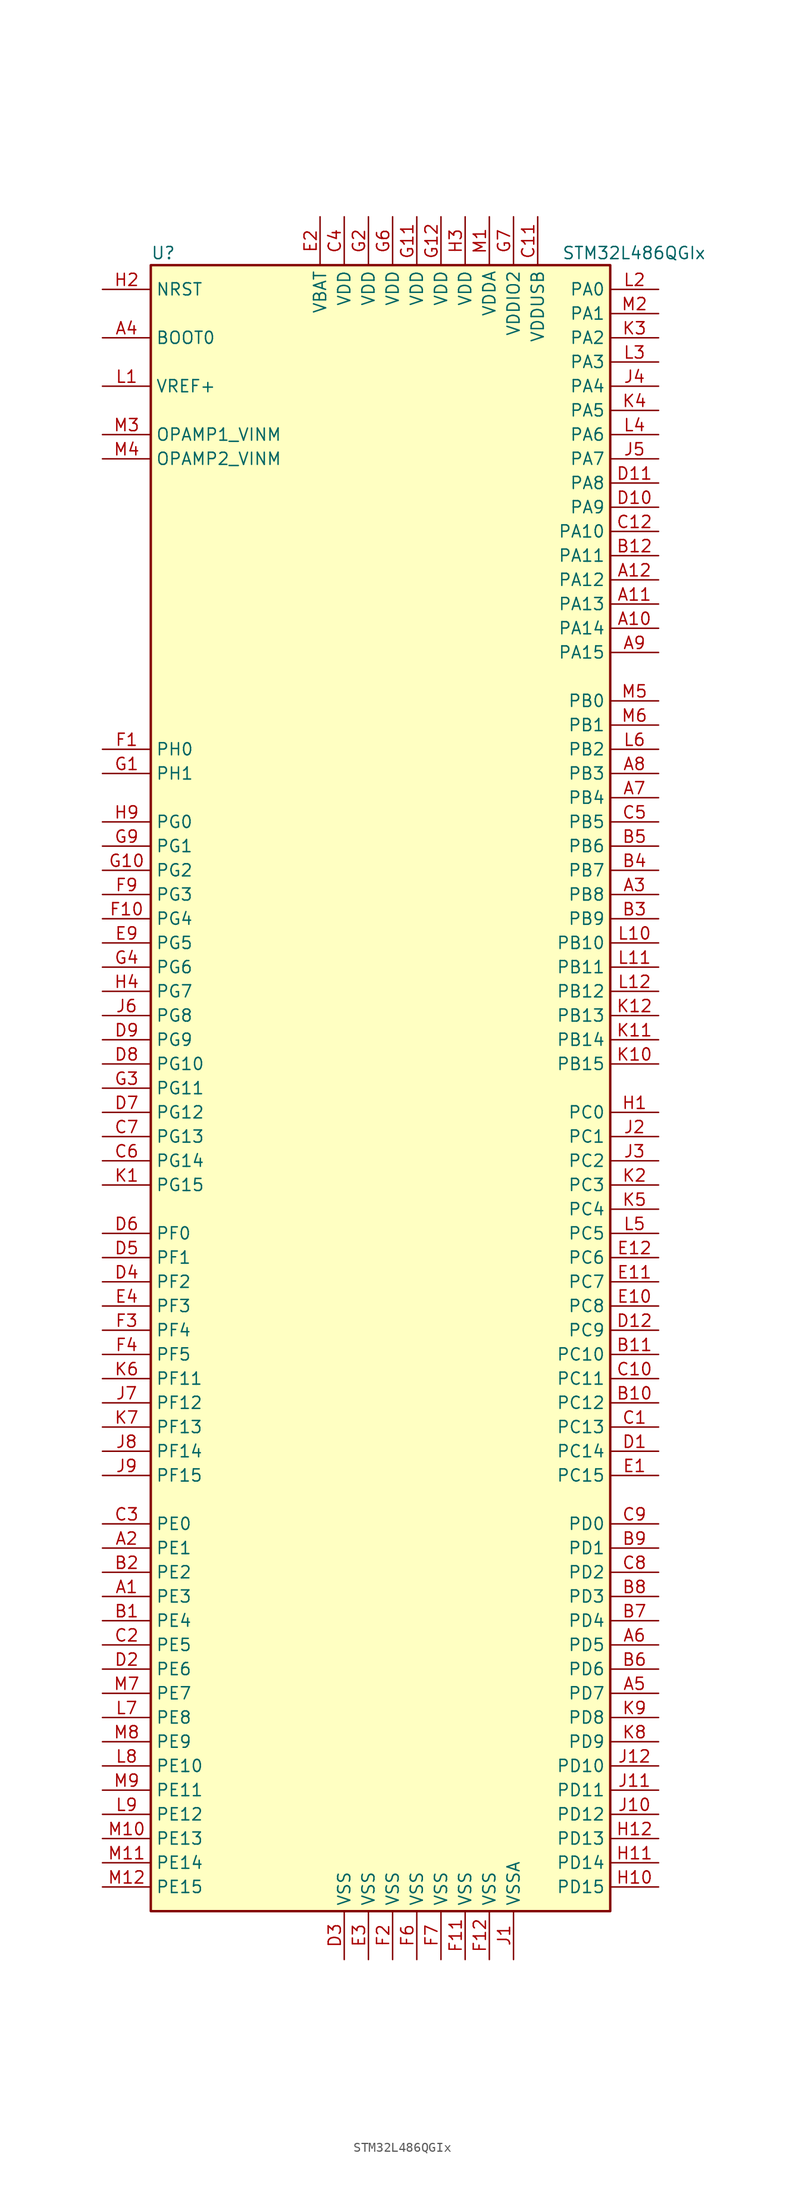
<source format=kicad_sym>
(kicad_symbol_lib
  (version 20201005)
  (generator kicad_symbol_editor)
  (symbol "MCU_ST_STM32L4:STM32L486QGIx"
    (property "Reference" "U"
      (at -25.4 87.63 0)
      (effects (font (size 1.27 1.27)) (justify left)))
    (property "Value" "STM32L486QGIx"
      (at 17.78 87.63 0)
      (effects (font (size 1.27 1.27)) (justify left)))
    (symbol "STM32L486QGIx_0_1"
      (rectangle (start -25.4 -86.36) (end 22.86 86.36) (stroke (width 0.254)) (fill (type background))))
    (symbol "STM32L486QGIx_1_1"
      (pin bidirectional line (at -30.48 -53.34 0) (length 5.08) (name "PE3" (effects (font (size 1.27 1.27)))) (number "A1" (effects (font (size 1.27 1.27)))))
      (pin bidirectional line (at 27.94 48.26 180) (length 5.08) (name "PA14" (effects (font (size 1.27 1.27)))) (number "A10" (effects (font (size 1.27 1.27)))))
      (pin bidirectional line (at 27.94 50.8 180) (length 5.08) (name "PA13" (effects (font (size 1.27 1.27)))) (number "A11" (effects (font (size 1.27 1.27)))))
      (pin bidirectional line (at 27.94 53.34 180) (length 5.08) (name "PA12" (effects (font (size 1.27 1.27)))) (number "A12" (effects (font (size 1.27 1.27)))))
      (pin bidirectional line (at -30.48 -48.26 0) (length 5.08) (name "PE1" (effects (font (size 1.27 1.27)))) (number "A2" (effects (font (size 1.27 1.27)))))
      (pin bidirectional line (at 27.94 20.32 180) (length 5.08) (name "PB8" (effects (font (size 1.27 1.27)))) (number "A3" (effects (font (size 1.27 1.27)))))
      (pin input line (at -30.48 78.74 0) (length 5.08) (name "BOOT0" (effects (font (size 1.27 1.27)))) (number "A4" (effects (font (size 1.27 1.27)))))
      (pin bidirectional line (at 27.94 -63.5 180) (length 5.08) (name "PD7" (effects (font (size 1.27 1.27)))) (number "A5" (effects (font (size 1.27 1.27)))))
      (pin bidirectional line (at 27.94 -58.42 180) (length 5.08) (name "PD5" (effects (font (size 1.27 1.27)))) (number "A6" (effects (font (size 1.27 1.27)))))
      (pin bidirectional line (at 27.94 30.48 180) (length 5.08) (name "PB4" (effects (font (size 1.27 1.27)))) (number "A7" (effects (font (size 1.27 1.27)))))
      (pin bidirectional line (at 27.94 33.02 180) (length 5.08) (name "PB3" (effects (font (size 1.27 1.27)))) (number "A8" (effects (font (size 1.27 1.27)))))
      (pin bidirectional line (at 27.94 45.72 180) (length 5.08) (name "PA15" (effects (font (size 1.27 1.27)))) (number "A9" (effects (font (size 1.27 1.27)))))
      (pin bidirectional line (at -30.48 -55.88 0) (length 5.08) (name "PE4" (effects (font (size 1.27 1.27)))) (number "B1" (effects (font (size 1.27 1.27)))))
      (pin bidirectional line (at 27.94 -33.02 180) (length 5.08) (name "PC12" (effects (font (size 1.27 1.27)))) (number "B10" (effects (font (size 1.27 1.27)))))
      (pin bidirectional line (at 27.94 -27.94 180) (length 5.08) (name "PC10" (effects (font (size 1.27 1.27)))) (number "B11" (effects (font (size 1.27 1.27)))))
      (pin bidirectional line (at 27.94 55.88 180) (length 5.08) (name "PA11" (effects (font (size 1.27 1.27)))) (number "B12" (effects (font (size 1.27 1.27)))))
      (pin bidirectional line (at -30.48 -50.8 0) (length 5.08) (name "PE2" (effects (font (size 1.27 1.27)))) (number "B2" (effects (font (size 1.27 1.27)))))
      (pin bidirectional line (at 27.94 17.78 180) (length 5.08) (name "PB9" (effects (font (size 1.27 1.27)))) (number "B3" (effects (font (size 1.27 1.27)))))
      (pin bidirectional line (at 27.94 22.86 180) (length 5.08) (name "PB7" (effects (font (size 1.27 1.27)))) (number "B4" (effects (font (size 1.27 1.27)))))
      (pin bidirectional line (at 27.94 25.4 180) (length 5.08) (name "PB6" (effects (font (size 1.27 1.27)))) (number "B5" (effects (font (size 1.27 1.27)))))
      (pin bidirectional line (at 27.94 -60.96 180) (length 5.08) (name "PD6" (effects (font (size 1.27 1.27)))) (number "B6" (effects (font (size 1.27 1.27)))))
      (pin bidirectional line (at 27.94 -55.88 180) (length 5.08) (name "PD4" (effects (font (size 1.27 1.27)))) (number "B7" (effects (font (size 1.27 1.27)))))
      (pin bidirectional line (at 27.94 -53.34 180) (length 5.08) (name "PD3" (effects (font (size 1.27 1.27)))) (number "B8" (effects (font (size 1.27 1.27)))))
      (pin bidirectional line (at 27.94 -48.26 180) (length 5.08) (name "PD1" (effects (font (size 1.27 1.27)))) (number "B9" (effects (font (size 1.27 1.27)))))
      (pin bidirectional line (at 27.94 -35.56 180) (length 5.08) (name "PC13" (effects (font (size 1.27 1.27)))) (number "C1" (effects (font (size 1.27 1.27)))))
      (pin bidirectional line (at 27.94 -30.48 180) (length 5.08) (name "PC11" (effects (font (size 1.27 1.27)))) (number "C10" (effects (font (size 1.27 1.27)))))
      (pin power_in line (at 15.24 91.44 270) (length 5.08) (name "VDDUSB" (effects (font (size 1.27 1.27)))) (number "C11" (effects (font (size 1.27 1.27)))))
      (pin bidirectional line (at 27.94 58.42 180) (length 5.08) (name "PA10" (effects (font (size 1.27 1.27)))) (number "C12" (effects (font (size 1.27 1.27)))))
      (pin bidirectional line (at -30.48 -58.42 0) (length 5.08) (name "PE5" (effects (font (size 1.27 1.27)))) (number "C2" (effects (font (size 1.27 1.27)))))
      (pin bidirectional line (at -30.48 -45.72 0) (length 5.08) (name "PE0" (effects (font (size 1.27 1.27)))) (number "C3" (effects (font (size 1.27 1.27)))))
      (pin power_in line (at -5.08 91.44 270) (length 5.08) (name "VDD" (effects (font (size 1.27 1.27)))) (number "C4" (effects (font (size 1.27 1.27)))))
      (pin bidirectional line (at 27.94 27.94 180) (length 5.08) (name "PB5" (effects (font (size 1.27 1.27)))) (number "C5" (effects (font (size 1.27 1.27)))))
      (pin bidirectional line (at -30.48 -7.62 0) (length 5.08) (name "PG14" (effects (font (size 1.27 1.27)))) (number "C6" (effects (font (size 1.27 1.27)))))
      (pin bidirectional line (at -30.48 -5.08 0) (length 5.08) (name "PG13" (effects (font (size 1.27 1.27)))) (number "C7" (effects (font (size 1.27 1.27)))))
      (pin bidirectional line (at 27.94 -50.8 180) (length 5.08) (name "PD2" (effects (font (size 1.27 1.27)))) (number "C8" (effects (font (size 1.27 1.27)))))
      (pin bidirectional line (at 27.94 -45.72 180) (length 5.08) (name "PD0" (effects (font (size 1.27 1.27)))) (number "C9" (effects (font (size 1.27 1.27)))))
      (pin bidirectional line (at 27.94 -38.1 180) (length 5.08) (name "PC14" (effects (font (size 1.27 1.27)))) (number "D1" (effects (font (size 1.27 1.27)))))
      (pin bidirectional line (at 27.94 60.96 180) (length 5.08) (name "PA9" (effects (font (size 1.27 1.27)))) (number "D10" (effects (font (size 1.27 1.27)))))
      (pin bidirectional line (at 27.94 63.5 180) (length 5.08) (name "PA8" (effects (font (size 1.27 1.27)))) (number "D11" (effects (font (size 1.27 1.27)))))
      (pin bidirectional line (at 27.94 -25.4 180) (length 5.08) (name "PC9" (effects (font (size 1.27 1.27)))) (number "D12" (effects (font (size 1.27 1.27)))))
      (pin bidirectional line (at -30.48 -60.96 0) (length 5.08) (name "PE6" (effects (font (size 1.27 1.27)))) (number "D2" (effects (font (size 1.27 1.27)))))
      (pin power_in line (at -5.08 -91.44 90) (length 5.08) (name "VSS" (effects (font (size 1.27 1.27)))) (number "D3" (effects (font (size 1.27 1.27)))))
      (pin bidirectional line (at -30.48 -20.32 0) (length 5.08) (name "PF2" (effects (font (size 1.27 1.27)))) (number "D4" (effects (font (size 1.27 1.27)))))
      (pin bidirectional line (at -30.48 -17.78 0) (length 5.08) (name "PF1" (effects (font (size 1.27 1.27)))) (number "D5" (effects (font (size 1.27 1.27)))))
      (pin bidirectional line (at -30.48 -15.24 0) (length 5.08) (name "PF0" (effects (font (size 1.27 1.27)))) (number "D6" (effects (font (size 1.27 1.27)))))
      (pin bidirectional line (at -30.48 -2.54 0) (length 5.08) (name "PG12" (effects (font (size 1.27 1.27)))) (number "D7" (effects (font (size 1.27 1.27)))))
      (pin bidirectional line (at -30.48 2.54 0) (length 5.08) (name "PG10" (effects (font (size 1.27 1.27)))) (number "D8" (effects (font (size 1.27 1.27)))))
      (pin bidirectional line (at -30.48 5.08 0) (length 5.08) (name "PG9" (effects (font (size 1.27 1.27)))) (number "D9" (effects (font (size 1.27 1.27)))))
      (pin bidirectional line (at 27.94 -40.64 180) (length 5.08) (name "PC15" (effects (font (size 1.27 1.27)))) (number "E1" (effects (font (size 1.27 1.27)))))
      (pin bidirectional line (at 27.94 -22.86 180) (length 5.08) (name "PC8" (effects (font (size 1.27 1.27)))) (number "E10" (effects (font (size 1.27 1.27)))))
      (pin bidirectional line (at 27.94 -20.32 180) (length 5.08) (name "PC7" (effects (font (size 1.27 1.27)))) (number "E11" (effects (font (size 1.27 1.27)))))
      (pin bidirectional line (at 27.94 -17.78 180) (length 5.08) (name "PC6" (effects (font (size 1.27 1.27)))) (number "E12" (effects (font (size 1.27 1.27)))))
      (pin power_in line (at -7.62 91.44 270) (length 5.08) (name "VBAT" (effects (font (size 1.27 1.27)))) (number "E2" (effects (font (size 1.27 1.27)))))
      (pin power_in line (at -2.54 -91.44 90) (length 5.08) (name "VSS" (effects (font (size 1.27 1.27)))) (number "E3" (effects (font (size 1.27 1.27)))))
      (pin bidirectional line (at -30.48 -22.86 0) (length 5.08) (name "PF3" (effects (font (size 1.27 1.27)))) (number "E4" (effects (font (size 1.27 1.27)))))
      (pin bidirectional line (at -30.48 15.24 0) (length 5.08) (name "PG5" (effects (font (size 1.27 1.27)))) (number "E9" (effects (font (size 1.27 1.27)))))
      (pin input line (at -30.48 35.56 0) (length 5.08) (name "PH0" (effects (font (size 1.27 1.27)))) (number "F1" (effects (font (size 1.27 1.27)))))
      (pin bidirectional line (at -30.48 17.78 0) (length 5.08) (name "PG4" (effects (font (size 1.27 1.27)))) (number "F10" (effects (font (size 1.27 1.27)))))
      (pin power_in line (at 7.62 -91.44 90) (length 5.08) (name "VSS" (effects (font (size 1.27 1.27)))) (number "F11" (effects (font (size 1.27 1.27)))))
      (pin power_in line (at 10.16 -91.44 90) (length 5.08) (name "VSS" (effects (font (size 1.27 1.27)))) (number "F12" (effects (font (size 1.27 1.27)))))
      (pin power_in line (at 0 -91.44 90) (length 5.08) (name "VSS" (effects (font (size 1.27 1.27)))) (number "F2" (effects (font (size 1.27 1.27)))))
      (pin bidirectional line (at -30.48 -25.4 0) (length 5.08) (name "PF4" (effects (font (size 1.27 1.27)))) (number "F3" (effects (font (size 1.27 1.27)))))
      (pin bidirectional line (at -30.48 -27.94 0) (length 5.08) (name "PF5" (effects (font (size 1.27 1.27)))) (number "F4" (effects (font (size 1.27 1.27)))))
      (pin power_in line (at 2.54 -91.44 90) (length 5.08) (name "VSS" (effects (font (size 1.27 1.27)))) (number "F6" (effects (font (size 1.27 1.27)))))
      (pin power_in line (at 5.08 -91.44 90) (length 5.08) (name "VSS" (effects (font (size 1.27 1.27)))) (number "F7" (effects (font (size 1.27 1.27)))))
      (pin bidirectional line (at -30.48 20.32 0) (length 5.08) (name "PG3" (effects (font (size 1.27 1.27)))) (number "F9" (effects (font (size 1.27 1.27)))))
      (pin input line (at -30.48 33.02 0) (length 5.08) (name "PH1" (effects (font (size 1.27 1.27)))) (number "G1" (effects (font (size 1.27 1.27)))))
      (pin bidirectional line (at -30.48 22.86 0) (length 5.08) (name "PG2" (effects (font (size 1.27 1.27)))) (number "G10" (effects (font (size 1.27 1.27)))))
      (pin power_in line (at 2.54 91.44 270) (length 5.08) (name "VDD" (effects (font (size 1.27 1.27)))) (number "G11" (effects (font (size 1.27 1.27)))))
      (pin power_in line (at 5.08 91.44 270) (length 5.08) (name "VDD" (effects (font (size 1.27 1.27)))) (number "G12" (effects (font (size 1.27 1.27)))))
      (pin power_in line (at -2.54 91.44 270) (length 5.08) (name "VDD" (effects (font (size 1.27 1.27)))) (number "G2" (effects (font (size 1.27 1.27)))))
      (pin bidirectional line (at -30.48 0 0) (length 5.08) (name "PG11" (effects (font (size 1.27 1.27)))) (number "G3" (effects (font (size 1.27 1.27)))))
      (pin bidirectional line (at -30.48 12.7 0) (length 5.08) (name "PG6" (effects (font (size 1.27 1.27)))) (number "G4" (effects (font (size 1.27 1.27)))))
      (pin power_in line (at 0 91.44 270) (length 5.08) (name "VDD" (effects (font (size 1.27 1.27)))) (number "G6" (effects (font (size 1.27 1.27)))))
      (pin power_in line (at 12.7 91.44 270) (length 5.08) (name "VDDIO2" (effects (font (size 1.27 1.27)))) (number "G7" (effects (font (size 1.27 1.27)))))
      (pin bidirectional line (at -30.48 25.4 0) (length 5.08) (name "PG1" (effects (font (size 1.27 1.27)))) (number "G9" (effects (font (size 1.27 1.27)))))
      (pin bidirectional line (at 27.94 -2.54 180) (length 5.08) (name "PC0" (effects (font (size 1.27 1.27)))) (number "H1" (effects (font (size 1.27 1.27)))))
      (pin bidirectional line (at 27.94 -83.82 180) (length 5.08) (name "PD15" (effects (font (size 1.27 1.27)))) (number "H10" (effects (font (size 1.27 1.27)))))
      (pin bidirectional line (at 27.94 -81.28 180) (length 5.08) (name "PD14" (effects (font (size 1.27 1.27)))) (number "H11" (effects (font (size 1.27 1.27)))))
      (pin bidirectional line (at 27.94 -78.74 180) (length 5.08) (name "PD13" (effects (font (size 1.27 1.27)))) (number "H12" (effects (font (size 1.27 1.27)))))
      (pin input line (at -30.48 83.82 0) (length 5.08) (name "NRST" (effects (font (size 1.27 1.27)))) (number "H2" (effects (font (size 1.27 1.27)))))
      (pin power_in line (at 7.62 91.44 270) (length 5.08) (name "VDD" (effects (font (size 1.27 1.27)))) (number "H3" (effects (font (size 1.27 1.27)))))
      (pin bidirectional line (at -30.48 10.16 0) (length 5.08) (name "PG7" (effects (font (size 1.27 1.27)))) (number "H4" (effects (font (size 1.27 1.27)))))
      (pin bidirectional line (at -30.48 27.94 0) (length 5.08) (name "PG0" (effects (font (size 1.27 1.27)))) (number "H9" (effects (font (size 1.27 1.27)))))
      (pin power_in line (at 12.7 -91.44 90) (length 5.08) (name "VSSA" (effects (font (size 1.27 1.27)))) (number "J1" (effects (font (size 1.27 1.27)))))
      (pin bidirectional line (at 27.94 -76.2 180) (length 5.08) (name "PD12" (effects (font (size 1.27 1.27)))) (number "J10" (effects (font (size 1.27 1.27)))))
      (pin bidirectional line (at 27.94 -73.66 180) (length 5.08) (name "PD11" (effects (font (size 1.27 1.27)))) (number "J11" (effects (font (size 1.27 1.27)))))
      (pin bidirectional line (at 27.94 -71.12 180) (length 5.08) (name "PD10" (effects (font (size 1.27 1.27)))) (number "J12" (effects (font (size 1.27 1.27)))))
      (pin bidirectional line (at 27.94 -5.08 180) (length 5.08) (name "PC1" (effects (font (size 1.27 1.27)))) (number "J2" (effects (font (size 1.27 1.27)))))
      (pin bidirectional line (at 27.94 -7.62 180) (length 5.08) (name "PC2" (effects (font (size 1.27 1.27)))) (number "J3" (effects (font (size 1.27 1.27)))))
      (pin bidirectional line (at 27.94 73.66 180) (length 5.08) (name "PA4" (effects (font (size 1.27 1.27)))) (number "J4" (effects (font (size 1.27 1.27)))))
      (pin bidirectional line (at 27.94 66.04 180) (length 5.08) (name "PA7" (effects (font (size 1.27 1.27)))) (number "J5" (effects (font (size 1.27 1.27)))))
      (pin bidirectional line (at -30.48 7.62 0) (length 5.08) (name "PG8" (effects (font (size 1.27 1.27)))) (number "J6" (effects (font (size 1.27 1.27)))))
      (pin bidirectional line (at -30.48 -33.02 0) (length 5.08) (name "PF12" (effects (font (size 1.27 1.27)))) (number "J7" (effects (font (size 1.27 1.27)))))
      (pin bidirectional line (at -30.48 -38.1 0) (length 5.08) (name "PF14" (effects (font (size 1.27 1.27)))) (number "J8" (effects (font (size 1.27 1.27)))))
      (pin bidirectional line (at -30.48 -40.64 0) (length 5.08) (name "PF15" (effects (font (size 1.27 1.27)))) (number "J9" (effects (font (size 1.27 1.27)))))
      (pin bidirectional line (at -30.48 -10.16 0) (length 5.08) (name "PG15" (effects (font (size 1.27 1.27)))) (number "K1" (effects (font (size 1.27 1.27)))))
      (pin bidirectional line (at 27.94 2.54 180) (length 5.08) (name "PB15" (effects (font (size 1.27 1.27)))) (number "K10" (effects (font (size 1.27 1.27)))))
      (pin bidirectional line (at 27.94 5.08 180) (length 5.08) (name "PB14" (effects (font (size 1.27 1.27)))) (number "K11" (effects (font (size 1.27 1.27)))))
      (pin bidirectional line (at 27.94 7.62 180) (length 5.08) (name "PB13" (effects (font (size 1.27 1.27)))) (number "K12" (effects (font (size 1.27 1.27)))))
      (pin bidirectional line (at 27.94 -10.16 180) (length 5.08) (name "PC3" (effects (font (size 1.27 1.27)))) (number "K2" (effects (font (size 1.27 1.27)))))
      (pin bidirectional line (at 27.94 78.74 180) (length 5.08) (name "PA2" (effects (font (size 1.27 1.27)))) (number "K3" (effects (font (size 1.27 1.27)))))
      (pin bidirectional line (at 27.94 71.12 180) (length 5.08) (name "PA5" (effects (font (size 1.27 1.27)))) (number "K4" (effects (font (size 1.27 1.27)))))
      (pin bidirectional line (at 27.94 -12.7 180) (length 5.08) (name "PC4" (effects (font (size 1.27 1.27)))) (number "K5" (effects (font (size 1.27 1.27)))))
      (pin bidirectional line (at -30.48 -30.48 0) (length 5.08) (name "PF11" (effects (font (size 1.27 1.27)))) (number "K6" (effects (font (size 1.27 1.27)))))
      (pin bidirectional line (at -30.48 -35.56 0) (length 5.08) (name "PF13" (effects (font (size 1.27 1.27)))) (number "K7" (effects (font (size 1.27 1.27)))))
      (pin bidirectional line (at 27.94 -68.58 180) (length 5.08) (name "PD9" (effects (font (size 1.27 1.27)))) (number "K8" (effects (font (size 1.27 1.27)))))
      (pin bidirectional line (at 27.94 -66.04 180) (length 5.08) (name "PD8" (effects (font (size 1.27 1.27)))) (number "K9" (effects (font (size 1.27 1.27)))))
      (pin bidirectional line (at -30.48 73.66 0) (length 5.08) (name "VREF+" (effects (font (size 1.27 1.27)))) (number "L1" (effects (font (size 1.27 1.27)))))
      (pin bidirectional line (at 27.94 15.24 180) (length 5.08) (name "PB10" (effects (font (size 1.27 1.27)))) (number "L10" (effects (font (size 1.27 1.27)))))
      (pin bidirectional line (at 27.94 12.7 180) (length 5.08) (name "PB11" (effects (font (size 1.27 1.27)))) (number "L11" (effects (font (size 1.27 1.27)))))
      (pin bidirectional line (at 27.94 10.16 180) (length 5.08) (name "PB12" (effects (font (size 1.27 1.27)))) (number "L12" (effects (font (size 1.27 1.27)))))
      (pin bidirectional line (at 27.94 83.82 180) (length 5.08) (name "PA0" (effects (font (size 1.27 1.27)))) (number "L2" (effects (font (size 1.27 1.27)))))
      (pin bidirectional line (at 27.94 76.2 180) (length 5.08) (name "PA3" (effects (font (size 1.27 1.27)))) (number "L3" (effects (font (size 1.27 1.27)))))
      (pin bidirectional line (at 27.94 68.58 180) (length 5.08) (name "PA6" (effects (font (size 1.27 1.27)))) (number "L4" (effects (font (size 1.27 1.27)))))
      (pin bidirectional line (at 27.94 -15.24 180) (length 5.08) (name "PC5" (effects (font (size 1.27 1.27)))) (number "L5" (effects (font (size 1.27 1.27)))))
      (pin bidirectional line (at 27.94 35.56 180) (length 5.08) (name "PB2" (effects (font (size 1.27 1.27)))) (number "L6" (effects (font (size 1.27 1.27)))))
      (pin bidirectional line (at -30.48 -66.04 0) (length 5.08) (name "PE8" (effects (font (size 1.27 1.27)))) (number "L7" (effects (font (size 1.27 1.27)))))
      (pin bidirectional line (at -30.48 -71.12 0) (length 5.08) (name "PE10" (effects (font (size 1.27 1.27)))) (number "L8" (effects (font (size 1.27 1.27)))))
      (pin bidirectional line (at -30.48 -76.2 0) (length 5.08) (name "PE12" (effects (font (size 1.27 1.27)))) (number "L9" (effects (font (size 1.27 1.27)))))
      (pin power_in line (at 10.16 91.44 270) (length 5.08) (name "VDDA" (effects (font (size 1.27 1.27)))) (number "M1" (effects (font (size 1.27 1.27)))))
      (pin bidirectional line (at -30.48 -78.74 0) (length 5.08) (name "PE13" (effects (font (size 1.27 1.27)))) (number "M10" (effects (font (size 1.27 1.27)))))
      (pin bidirectional line (at -30.48 -81.28 0) (length 5.08) (name "PE14" (effects (font (size 1.27 1.27)))) (number "M11" (effects (font (size 1.27 1.27)))))
      (pin bidirectional line (at -30.48 -83.82 0) (length 5.08) (name "PE15" (effects (font (size 1.27 1.27)))) (number "M12" (effects (font (size 1.27 1.27)))))
      (pin bidirectional line (at 27.94 81.28 180) (length 5.08) (name "PA1" (effects (font (size 1.27 1.27)))) (number "M2" (effects (font (size 1.27 1.27)))))
      (pin bidirectional line (at -30.48 68.58 0) (length 5.08) (name "OPAMP1_VINM" (effects (font (size 1.27 1.27)))) (number "M3" (effects (font (size 1.27 1.27)))))
      (pin bidirectional line (at -30.48 66.04 0) (length 5.08) (name "OPAMP2_VINM" (effects (font (size 1.27 1.27)))) (number "M4" (effects (font (size 1.27 1.27)))))
      (pin bidirectional line (at 27.94 40.64 180) (length 5.08) (name "PB0" (effects (font (size 1.27 1.27)))) (number "M5" (effects (font (size 1.27 1.27)))))
      (pin bidirectional line (at 27.94 38.1 180) (length 5.08) (name "PB1" (effects (font (size 1.27 1.27)))) (number "M6" (effects (font (size 1.27 1.27)))))
      (pin bidirectional line (at -30.48 -63.5 0) (length 5.08) (name "PE7" (effects (font (size 1.27 1.27)))) (number "M7" (effects (font (size 1.27 1.27)))))
      (pin bidirectional line (at -30.48 -68.58 0) (length 5.08) (name "PE9" (effects (font (size 1.27 1.27)))) (number "M8" (effects (font (size 1.27 1.27)))))
      (pin bidirectional line (at -30.48 -73.66 0) (length 5.08) (name "PE11" (effects (font (size 1.27 1.27)))) (number "M9" (effects (font (size 1.27 1.27))))))))
</source>
